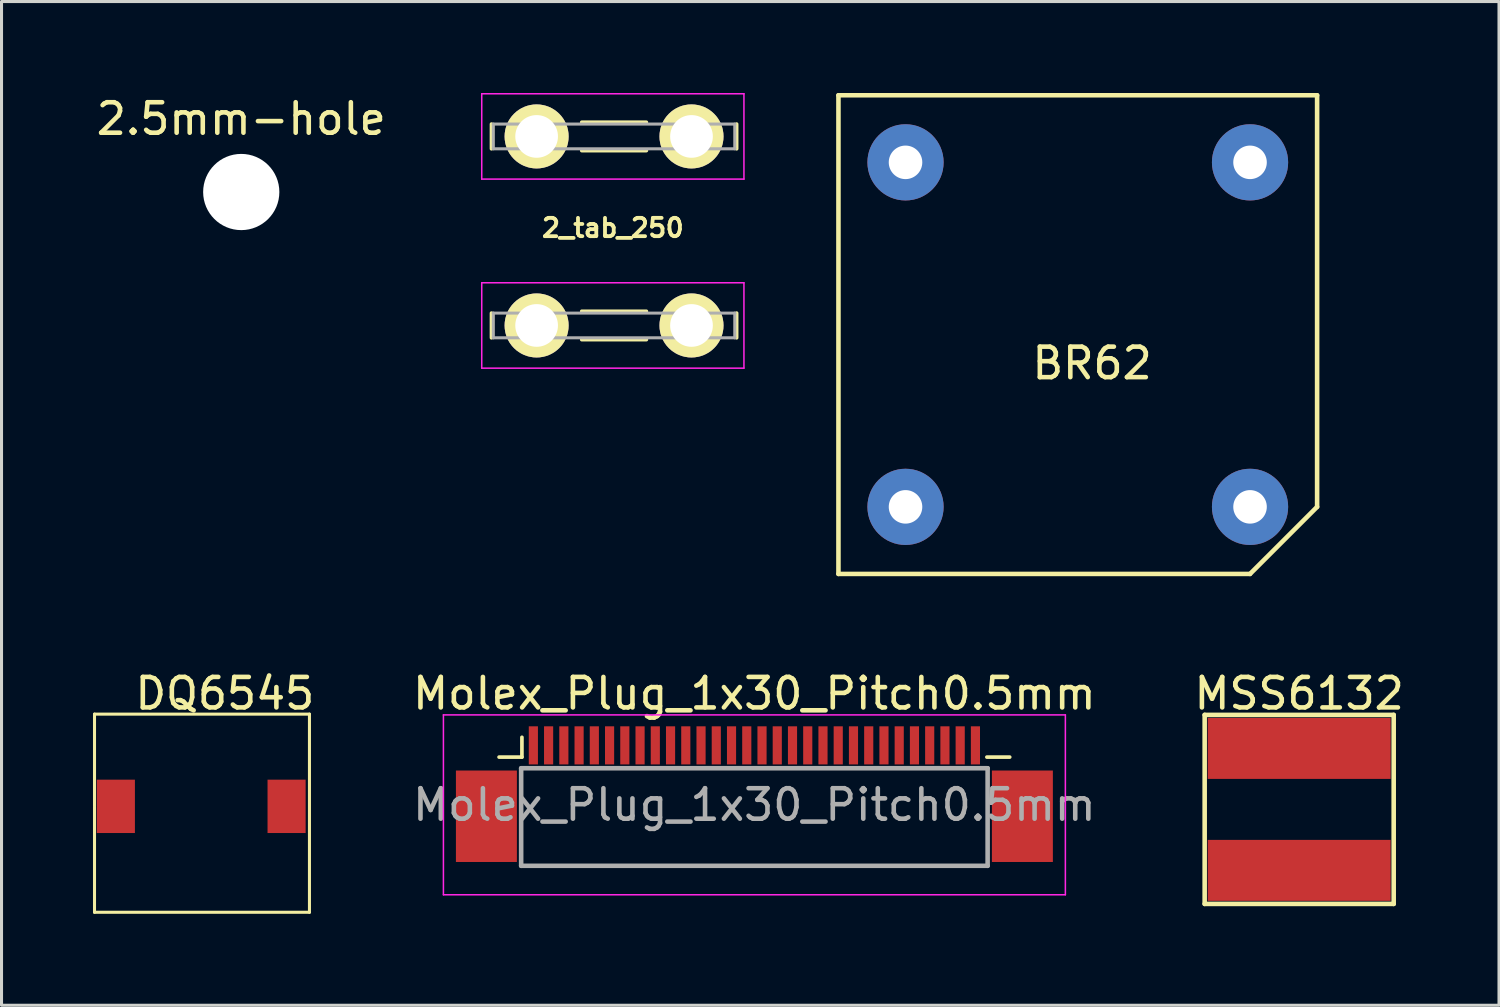
<source format=kicad_pcb>
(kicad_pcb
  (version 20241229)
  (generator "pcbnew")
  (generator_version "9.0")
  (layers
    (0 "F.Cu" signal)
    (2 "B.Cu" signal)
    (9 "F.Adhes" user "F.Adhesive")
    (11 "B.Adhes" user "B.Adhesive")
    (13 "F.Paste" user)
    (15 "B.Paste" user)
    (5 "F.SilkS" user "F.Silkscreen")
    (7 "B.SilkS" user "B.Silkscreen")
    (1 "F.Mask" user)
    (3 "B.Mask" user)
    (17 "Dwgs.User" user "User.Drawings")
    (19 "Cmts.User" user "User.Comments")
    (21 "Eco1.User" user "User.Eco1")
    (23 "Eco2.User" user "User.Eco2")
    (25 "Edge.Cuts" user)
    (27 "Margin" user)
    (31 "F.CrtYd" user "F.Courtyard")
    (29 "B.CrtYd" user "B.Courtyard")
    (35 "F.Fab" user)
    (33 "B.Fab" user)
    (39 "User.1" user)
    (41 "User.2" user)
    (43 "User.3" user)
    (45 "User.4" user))
  (footprint "2.5mm-hole"
    (layer "F.Cu")
    (at 4.863 3.248)
    (property "Reference" "2.5mm-hole" (at 0 -2.4 0) (layer "F.SilkS") (effects (font (size 1 1) (thickness 0.15))))
    (attr through_hole)
    (pad "" np_thru_hole circle (at 0 0) (size 2.5 2.5) (drill 2.5) (layers "*.Cu" "*.Mask")))
  (footprint "Molex_Plug_1x30_Pitch0.5mm"
    (layer "F.Cu")
    (at 21.694 23.348)
    (property "Reference" "Molex_Plug_1x30_Pitch0.5mm" (at 0 -3.65 0) (layer "F.SilkS") (effects (font (size 1 1) (thickness 0.15))))
    (attr smd)
    (fp_line (start -8.375 -1.565) (end -7.625 -1.565) (stroke (width 0.12) (type solid)) (layer "F.SilkS"))
    (fp_line (start -7.625 -1.565) (end -7.625 -2.215) (stroke (width 0.12) (type solid)) (layer "F.SilkS"))
    (fp_line (start 8.375 -1.565) (end 7.625 -1.565) (stroke (width 0.12) (type solid)) (layer "F.SilkS"))
    (fp_line (start -10.2 -2.95) (end -10.2 2.95) (stroke (width 0.05) (type solid)) (layer "F.CrtYd"))
    (fp_line (start -10.2 2.95) (end 10.2 2.95) (stroke (width 0.05) (type solid)) (layer "F.CrtYd"))
    (fp_line (start 10.2 -2.95) (end -10.2 -2.95) (stroke (width 0.05) (type solid)) (layer "F.CrtYd"))
    (fp_line (start 10.2 2.95) (end 10.2 -2.95) (stroke (width 0.05) (type solid)) (layer "F.CrtYd"))
    (fp_line (start -7.65 -1.2) (end 7.65 -1.2) (stroke (width 0.15) (type solid)) (layer "F.Fab"))
    (fp_line (start -7.65 2) (end -7.65 -1.2) (stroke (width 0.15) (type solid)) (layer "F.Fab"))
    (fp_line (start 7.65 -1.2) (end 7.65 2) (stroke (width 0.15) (type solid)) (layer "F.Fab"))
    (fp_line (start 7.65 2) (end -7.65 2) (stroke (width 0.15) (type solid)) (layer "F.Fab"))
    (fp_text user "${REFERENCE}" (at 0 0 0) (layer "F.Fab") (effects (font (size 1 1) (thickness 0.15))))
    (pad "" smd rect (at -8.79 0.375) (size 2 3) (layers "F.Cu" "F.Mask" "F.Paste"))
    (pad "" smd rect (at 8.79 0.375) (size 2 3) (layers "F.Cu" "F.Mask" "F.Paste"))
    (pad "1" smd rect (at -7.25 -1.95) (size 0.3 1.25) (layers "F.Cu" "F.Mask" "F.Paste"))
    (pad "2" smd rect (at -6.75 -1.95) (size 0.3 1.25) (layers "F.Cu" "F.Mask" "F.Paste"))
    (pad "3" smd rect (at -6.25 -1.95) (size 0.3 1.25) (layers "F.Cu" "F.Mask" "F.Paste"))
    (pad "4" smd rect (at -5.75 -1.95) (size 0.3 1.25) (layers "F.Cu" "F.Mask" "F.Paste"))
    (pad "5" smd rect (at -5.25 -1.95) (size 0.3 1.25) (layers "F.Cu" "F.Mask" "F.Paste"))
    (pad "6" smd rect (at -4.75 -1.95) (size 0.3 1.25) (layers "F.Cu" "F.Mask" "F.Paste"))
    (pad "7" smd rect (at -4.25 -1.95) (size 0.3 1.25) (layers "F.Cu" "F.Mask" "F.Paste"))
    (pad "8" smd rect (at -3.75 -1.95) (size 0.3 1.25) (layers "F.Cu" "F.Mask" "F.Paste"))
    (pad "9" smd rect (at -3.25 -1.95) (size 0.3 1.25) (layers "F.Cu" "F.Mask" "F.Paste"))
    (pad "10" smd rect (at -2.75 -1.95) (size 0.3 1.25) (layers "F.Cu" "F.Mask" "F.Paste"))
    (pad "11" smd rect (at -2.25 -1.95) (size 0.3 1.25) (layers "F.Cu" "F.Mask" "F.Paste"))
    (pad "12" smd rect (at -1.75 -1.95) (size 0.3 1.25) (layers "F.Cu" "F.Mask" "F.Paste"))
    (pad "13" smd rect (at -1.25 -1.95) (size 0.3 1.25) (layers "F.Cu" "F.Mask" "F.Paste"))
    (pad "14" smd rect (at -0.75 -1.95) (size 0.3 1.25) (layers "F.Cu" "F.Mask" "F.Paste"))
    (pad "15" smd rect (at -0.25 -1.95) (size 0.3 1.25) (layers "F.Cu" "F.Mask" "F.Paste"))
    (pad "16" smd rect (at 0.25 -1.95) (size 0.3 1.25) (layers "F.Cu" "F.Mask" "F.Paste"))
    (pad "17" smd rect (at 0.75 -1.95) (size 0.3 1.25) (layers "F.Cu" "F.Mask" "F.Paste"))
    (pad "18" smd rect (at 1.25 -1.95) (size 0.3 1.25) (layers "F.Cu" "F.Mask" "F.Paste"))
    (pad "19" smd rect (at 1.75 -1.95) (size 0.3 1.25) (layers "F.Cu" "F.Mask" "F.Paste"))
    (pad "20" smd rect (at 2.25 -1.95) (size 0.3 1.25) (layers "F.Cu" "F.Mask" "F.Paste"))
    (pad "21" smd rect (at 2.75 -1.95) (size 0.3 1.25) (layers "F.Cu" "F.Mask" "F.Paste"))
    (pad "22" smd rect (at 3.25 -1.95) (size 0.3 1.25) (layers "F.Cu" "F.Mask" "F.Paste"))
    (pad "23" smd rect (at 3.75 -1.95) (size 0.3 1.25) (layers "F.Cu" "F.Mask" "F.Paste"))
    (pad "24" smd rect (at 4.25 -1.95) (size 0.3 1.25) (layers "F.Cu" "F.Mask" "F.Paste"))
    (pad "25" smd rect (at 4.75 -1.95) (size 0.3 1.25) (layers "F.Cu" "F.Mask" "F.Paste"))
    (pad "26" smd rect (at 5.25 -1.95) (size 0.3 1.25) (layers "F.Cu" "F.Mask" "F.Paste"))
    (pad "27" smd rect (at 5.75 -1.95) (size 0.3 1.25) (layers "F.Cu" "F.Mask" "F.Paste"))
    (pad "28" smd rect (at 6.25 -1.95) (size 0.3 1.25) (layers "F.Cu" "F.Mask" "F.Paste"))
    (pad "29" smd rect (at 6.75 -1.95) (size 0.3 1.25) (layers "F.Cu" "F.Mask" "F.Paste"))
    (pad "30" smd rect (at 7.25 -1.95) (size 0.3 1.25) (layers "F.Cu" "F.Mask" "F.Paste")))
  (footprint "MSS6132"
    (layer "F.Cu")
    (at 39.563 23.498)
    (property "Reference" "MSS6132" (at 0 -3.8 0) (layer "F.SilkS") (effects (font (size 1 1) (thickness 0.15))))
    (attr exclude_from_pos_files exclude_from_bom)
    (fp_line (start -3.1 -3.1) (end 3.1 -3.1) (stroke (width 0.15) (type solid)) (layer "F.SilkS"))
    (fp_line (start -3.1 3.1) (end -3.1 -3.1) (stroke (width 0.15) (type solid)) (layer "F.SilkS"))
    (fp_line (start 3.1 -3.1) (end 3.1 3.1) (stroke (width 0.15) (type solid)) (layer "F.SilkS"))
    (fp_line (start 3.1 3.1) (end -3.1 3.1) (stroke (width 0.15) (type solid)) (layer "F.SilkS"))
    (pad "1" smd rect (at 0 -2) (size 6 2) (layers "F.Cu" "F.Mask" "F.Paste"))
    (pad "2" smd rect (at 0 2) (size 6 2) (layers "F.Cu" "F.Mask" "F.Paste")))
  (footprint "DQ6545"
    (layer "F.Cu")
    (at 3.575 23.398)
    (property "Reference" "DQ6545" (at 0.75 -3.7 0) (layer "F.SilkS") (effects (font (size 1 1) (thickness 0.15))))
    (attr exclude_from_pos_files exclude_from_bom)
    (fp_line (start -3.525 -3.025) (end 3.525 -3.025) (stroke (width 0.1) (type solid)) (layer "F.SilkS"))
    (fp_line (start -3.525 0) (end -3.525 -3.025) (stroke (width 0.1) (type solid)) (layer "F.SilkS"))
    (fp_line (start -3.525 3.475) (end -3.525 0.025) (stroke (width 0.1) (type solid)) (layer "F.SilkS"))
    (fp_line (start 3.525 -3.025) (end 3.525 3.475) (stroke (width 0.1) (type solid)) (layer "F.SilkS"))
    (fp_line (start 3.525 3.475) (end -3.525 3.475) (stroke (width 0.1) (type solid)) (layer "F.SilkS"))
    (pad "1" smd rect (at -2.825 0) (size 1.25 1.75) (layers "F.Cu" "F.Mask" "F.Paste"))
    (pad "2" smd rect (at 2.775 0) (size 1.25 1.75) (layers "F.Cu" "F.Mask" "F.Paste")))
  (footprint "BR62"
    (layer "F.Cu")
    (at 32.301 7.925)
    (property "Reference" "BR62" (at 0.47 0.94 0) (layer "F.SilkS") (effects (font (size 1 1) (thickness 0.15))))
    (attr through_hole)
    (fp_line (start -7.85 -7.85) (end -7.85 7.85) (stroke (width 0.15) (type solid)) (layer "F.SilkS"))
    (fp_line (start -7.85 -7.85) (end 7.85 -7.85) (stroke (width 0.15) (type solid)) (layer "F.SilkS"))
    (fp_line (start -7.85 7.85) (end 5.65 7.85) (stroke (width 0.15) (type solid)) (layer "F.SilkS"))
    (fp_line (start 7.85 -7.85) (end 7.85 5.65) (stroke (width 0.15) (type solid)) (layer "F.SilkS"))
    (fp_line (start 7.85 5.65) (end 5.65 7.85) (stroke (width 0.15) (type solid)) (layer "F.SilkS"))
    (pad "1" thru_hole circle (at 5.65 5.65) (size 2.5 2.5) (drill 1.1) (layers "*.Cu" "*.Mask"))
    (pad "2" thru_hole circle (at -5.65 -5.65) (size 2.5 2.5) (drill 1.1) (layers "*.Cu" "*.Mask"))
    (pad "3" thru_hole circle (at 5.65 -5.65) (size 2.5 2.5) (drill 1.1) (layers "*.Cu" "*.Mask"))
    (pad "4" thru_hole circle (at -5.65 5.65) (size 2.5 2.5) (drill 1.1) (layers "*.Cu" "*.Mask")))
  (footprint "2_tab_250"
    (layer "F.Cu")
    (at 17.051 4.425)
    (property "Reference" "2_tab_250" (at 0 0 0) (layer "F.SilkS") (effects (font (size 0.6 0.6) (thickness 0.125))))
    (attr through_hole)
    (fp_line (start -3.98 -3.405) (end -3.98 -2.595) (stroke (width 0.12) (type solid)) (layer "F.SilkS"))
    (fp_line (start -3.98 2.795) (end -3.98 3.605) (stroke (width 0.12) (type solid)) (layer "F.SilkS"))
    (fp_line (start -1.02 -2.535) (end 1.1 -2.535) (stroke (width 0.12) (type solid)) (layer "F.SilkS"))
    (fp_line (start -1.02 3.665) (end 1.1 3.665) (stroke (width 0.12) (type solid)) (layer "F.SilkS"))
    (fp_line (start 1.1 -3.465) (end -1.02 -3.465) (stroke (width 0.12) (type solid)) (layer "F.SilkS"))
    (fp_line (start 1.1 2.735) (end -1.02 2.735) (stroke (width 0.12) (type solid)) (layer "F.SilkS"))
    (fp_line (start 4.06 -3.405) (end 4.06 -2.595) (stroke (width 0.12) (type solid)) (layer "F.SilkS"))
    (fp_line (start 4.06 2.795) (end 4.06 3.605) (stroke (width 0.12) (type solid)) (layer "F.SilkS"))
    (fp_line (start -4.3 -4.4) (end -4.3 -1.6) (stroke (width 0.05) (type solid)) (layer "F.CrtYd"))
    (fp_line (start -4.3 -4.4) (end 4.3 -4.4) (stroke (width 0.05) (type solid)) (layer "F.CrtYd"))
    (fp_line (start -4.3 -1.6) (end 4.3 -1.6) (stroke (width 0.05) (type solid)) (layer "F.CrtYd"))
    (fp_line (start -4.3 1.8) (end -4.3 4.6) (stroke (width 0.05) (type solid)) (layer "F.CrtYd"))
    (fp_line (start -4.3 1.8) (end 4.3 1.8) (stroke (width 0.05) (type solid)) (layer "F.CrtYd"))
    (fp_line (start -4.3 4.6) (end 4.3 4.6) (stroke (width 0.05) (type solid)) (layer "F.CrtYd"))
    (fp_line (start 4.3 -4.4) (end 4.3 -1.6) (stroke (width 0.05) (type solid)) (layer "F.CrtYd"))
    (fp_line (start 4.3 1.8) (end 4.3 4.6) (stroke (width 0.05) (type solid)) (layer "F.CrtYd"))
    (fp_line (start -3.92 -3.405) (end 4 -3.405) (stroke (width 0.1) (type solid)) (layer "F.Fab"))
    (fp_line (start -3.92 -2.595) (end -3.92 -3.405) (stroke (width 0.1) (type solid)) (layer "F.Fab"))
    (fp_line (start -3.92 2.795) (end 4 2.795) (stroke (width 0.1) (type solid)) (layer "F.Fab"))
    (fp_line (start -3.92 3.605) (end -3.92 2.795) (stroke (width 0.1) (type solid)) (layer "F.Fab"))
    (fp_line (start 4 -3.405) (end 4 -2.595) (stroke (width 0.1) (type solid)) (layer "F.Fab"))
    (fp_line (start 4 -2.595) (end -3.92 -2.595) (stroke (width 0.1) (type solid)) (layer "F.Fab"))
    (fp_line (start 4 2.795) (end 4 3.605) (stroke (width 0.1) (type solid)) (layer "F.Fab"))
    (fp_line (start 4 3.605) (end -3.92 3.605) (stroke (width 0.1) (type solid)) (layer "F.Fab"))
    (pad "1" thru_hole circle (at -2.5 3.2) (size 2.1 2.1) (drill 1.4) (layers "*.Cu" "*.Mask" "F.SilkS"))
    (pad "1" thru_hole circle (at 2.58 3.2) (size 2.1 2.1) (drill 1.4) (layers "*.Cu" "*.Mask" "F.SilkS"))
    (pad "2" thru_hole circle (at -2.5 -3) (size 2.1 2.1) (drill 1.4) (layers "*.Cu" "*.Mask" "F.SilkS"))
    (pad "2" thru_hole circle (at 2.58 -3) (size 2.1 2.1) (drill 1.4) (layers "*.Cu" "*.Mask" "F.SilkS")))
  (gr_rect
    (start -3 -3)
    (end 46.117 29.923)
    (stroke (width 0.1) (type default))
    (fill no)
    (layer "Edge.Cuts")))
</source>
